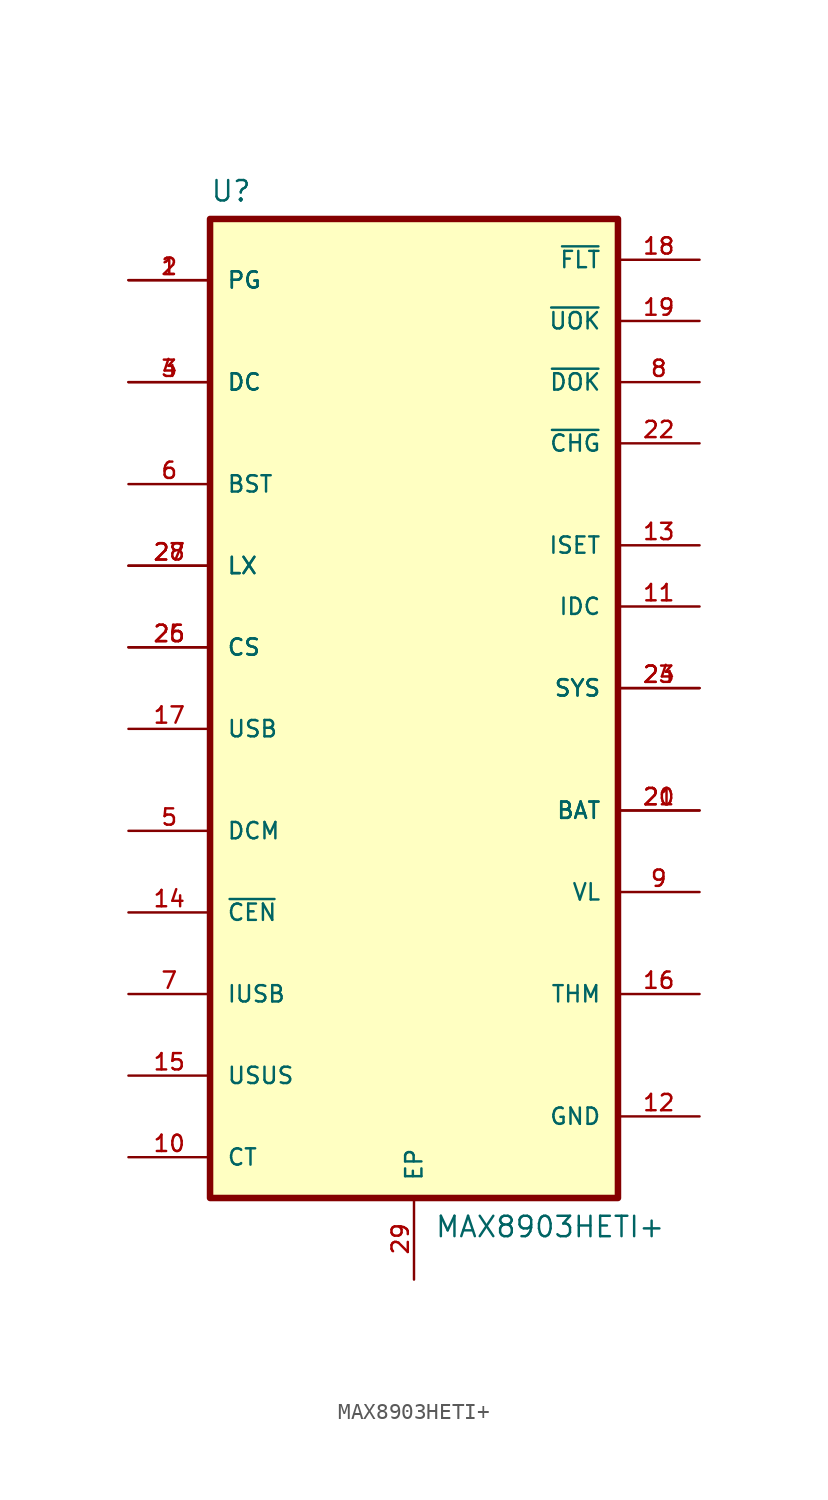
<source format=kicad_sym>
(kicad_symbol_lib
  (version 20211014)
  (generator kicad_symbol_editor)
  (symbol "MAX8903HETI+"
    (pin_names
      (offset 1.016))
    (property "Reference" "U"
      (at -12.7 31.471 0)
      (effects (font (size 1.27 1.27)) (justify left bottom)))
    (property "Value" "MAX8903HETI+"
      (at 1.27 -33.02 0)
      (effects (font (size 1.27 1.27)) (justify left bottom)))
    (property "ki_locked" ""
      (at 0 0 0)
      (effects (font (size 1.27 1.27))))
    (symbol "MAX8903HETI+_0_0"
      (rectangle (start -12.7 -30.48) (end 12.7 30.48) (stroke (width 0.406) (type default) (color 0 0 0 0)) (fill (type background)))
      (pin bidirectional line (at -17.78 26.67 0) (length 5.08) (name "PG" (effects (font (size 1.016 1.016)))) (number "1" (effects (font (size 1.016 1.016)))))
      (pin input line (at -17.78 -27.94 0) (length 5.08) (name "CT" (effects (font (size 1.016 1.016)))) (number "10" (effects (font (size 1.016 1.016)))))
      (pin input line (at 17.78 6.35 180) (length 5.08) (name "IDC" (effects (font (size 1.016 1.016)))) (number "11" (effects (font (size 1.016 1.016)))))
      (pin power_in line (at 17.78 -25.4 180) (length 5.08) (name "GND" (effects (font (size 1.016 1.016)))) (number "12" (effects (font (size 1.016 1.016)))))
      (pin input line (at 17.78 10.16 180) (length 5.08) (name "ISET" (effects (font (size 1.016 1.016)))) (number "13" (effects (font (size 1.016 1.016)))))
      (pin input line (at -17.78 -12.7 0) (length 5.08) (name "~{CEN}" (effects (font (size 1.016 1.016)))) (number "14" (effects (font (size 1.016 1.016)))))
      (pin input line (at -17.78 -22.86 0) (length 5.08) (name "USUS" (effects (font (size 1.016 1.016)))) (number "15" (effects (font (size 1.016 1.016)))))
      (pin input line (at 17.78 -17.78 180) (length 5.08) (name "THM" (effects (font (size 1.016 1.016)))) (number "16" (effects (font (size 1.016 1.016)))))
      (pin input line (at -17.78 -1.27 0) (length 5.08) (name "USB" (effects (font (size 1.016 1.016)))) (number "17" (effects (font (size 1.016 1.016)))))
      (pin output line (at 17.78 27.94 180) (length 5.08) (name "~{FLT}" (effects (font (size 1.016 1.016)))) (number "18" (effects (font (size 1.016 1.016)))))
      (pin output line (at 17.78 24.13 180) (length 5.08) (name "~{UOK}" (effects (font (size 1.016 1.016)))) (number "19" (effects (font (size 1.016 1.016)))))
      (pin bidirectional line (at -17.78 26.67 0) (length 5.08) (name "PG" (effects (font (size 1.016 1.016)))) (number "2" (effects (font (size 1.016 1.016)))))
      (pin power_in line (at 17.78 -6.35 180) (length 5.08) (name "BAT" (effects (font (size 1.016 1.016)))) (number "20" (effects (font (size 1.016 1.016)))))
      (pin power_in line (at 17.78 -6.35 180) (length 5.08) (name "BAT" (effects (font (size 1.016 1.016)))) (number "21" (effects (font (size 1.016 1.016)))))
      (pin output line (at 17.78 16.51 180) (length 5.08) (name "~{CHG}" (effects (font (size 1.016 1.016)))) (number "22" (effects (font (size 1.016 1.016)))))
      (pin output line (at 17.78 1.27 180) (length 5.08) (name "SYS" (effects (font (size 1.016 1.016)))) (number "23" (effects (font (size 1.016 1.016)))))
      (pin output line (at 17.78 1.27 180) (length 5.08) (name "SYS" (effects (font (size 1.016 1.016)))) (number "24" (effects (font (size 1.016 1.016)))))
      (pin input line (at -17.78 3.81 0) (length 5.08) (name "CS" (effects (font (size 1.016 1.016)))) (number "25" (effects (font (size 1.016 1.016)))))
      (pin input line (at -17.78 3.81 0) (length 5.08) (name "CS" (effects (font (size 1.016 1.016)))) (number "26" (effects (font (size 1.016 1.016)))))
      (pin bidirectional line (at -17.78 8.89 0) (length 5.08) (name "LX" (effects (font (size 1.016 1.016)))) (number "27" (effects (font (size 1.016 1.016)))))
      (pin bidirectional line (at -17.78 8.89 0) (length 5.08) (name "LX" (effects (font (size 1.016 1.016)))) (number "28" (effects (font (size 1.016 1.016)))))
      (pin bidirectional line (at 0 -35.56 90) (length 5.08) (name "EP" (effects (font (size 1.016 1.016)))) (number "29" (effects (font (size 1.016 1.016)))))
      (pin power_in line (at -17.78 20.32 0) (length 5.08) (name "DC" (effects (font (size 1.016 1.016)))) (number "3" (effects (font (size 1.016 1.016)))))
      (pin power_in line (at -17.78 20.32 0) (length 5.08) (name "DC" (effects (font (size 1.016 1.016)))) (number "4" (effects (font (size 1.016 1.016)))))
      (pin input line (at -17.78 -7.62 0) (length 5.08) (name "DCM" (effects (font (size 1.016 1.016)))) (number "5" (effects (font (size 1.016 1.016)))))
      (pin power_in line (at -17.78 13.97 0) (length 5.08) (name "BST" (effects (font (size 1.016 1.016)))) (number "6" (effects (font (size 1.016 1.016)))))
      (pin input line (at -17.78 -17.78 0) (length 5.08) (name "IUSB" (effects (font (size 1.016 1.016)))) (number "7" (effects (font (size 1.016 1.016)))))
      (pin output line (at 17.78 20.32 180) (length 5.08) (name "~{DOK}" (effects (font (size 1.016 1.016)))) (number "8" (effects (font (size 1.016 1.016)))))
      (pin output line (at 17.78 -11.43 180) (length 5.08) (name "VL" (effects (font (size 1.016 1.016)))) (number "9" (effects (font (size 1.016 1.016))))))))
</source>
